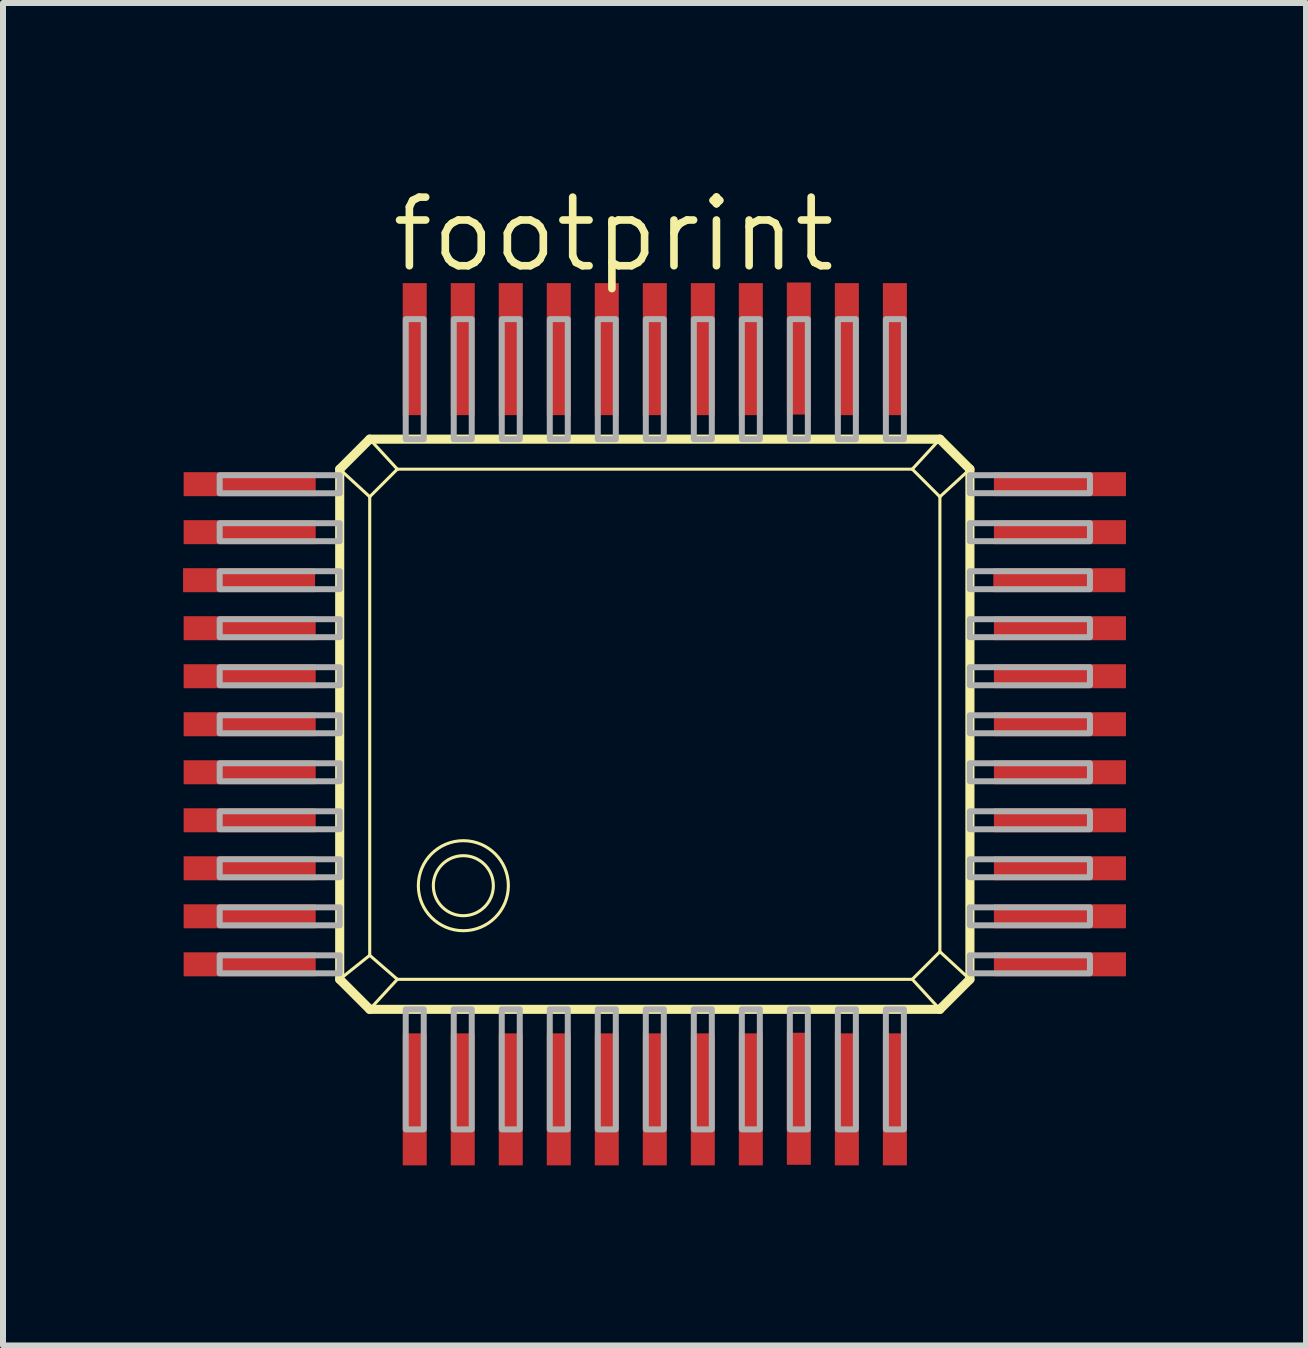
<source format=kicad_pcb>
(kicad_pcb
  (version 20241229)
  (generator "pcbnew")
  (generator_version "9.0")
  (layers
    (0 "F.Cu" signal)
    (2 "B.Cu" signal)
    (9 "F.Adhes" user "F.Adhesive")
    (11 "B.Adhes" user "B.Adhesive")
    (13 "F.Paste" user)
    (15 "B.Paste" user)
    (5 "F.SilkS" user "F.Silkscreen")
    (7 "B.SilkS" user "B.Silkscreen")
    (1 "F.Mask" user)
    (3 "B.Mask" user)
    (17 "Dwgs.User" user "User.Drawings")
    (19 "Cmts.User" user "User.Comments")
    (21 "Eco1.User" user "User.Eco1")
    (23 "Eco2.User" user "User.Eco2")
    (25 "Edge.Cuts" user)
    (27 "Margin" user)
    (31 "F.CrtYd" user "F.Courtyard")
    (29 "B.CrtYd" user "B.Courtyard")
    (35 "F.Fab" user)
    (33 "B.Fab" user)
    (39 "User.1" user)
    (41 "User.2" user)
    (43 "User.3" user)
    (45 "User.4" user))
  (footprint "footprint"
    (layer "F.Cu")
    (at 7.86 9.017)
    (property "Reference" "footprint" (at -4.445 -7.493 0) (layer "F.SilkS") (effects (font (size 1.143 1.143) (thickness 0.127)) (justify left bottom)))
    (fp_line (start -5.25 -4.25) (end -4.75 -4.75) (stroke (width 0.152) (type solid)) (layer "F.SilkS"))
    (fp_line (start -5.25 -4.25) (end -4.75 -3.79) (stroke (width 0.051) (type solid)) (layer "F.SilkS"))
    (fp_line (start -5.25 4.25) (end -5.25 -4.25) (stroke (width 0.152) (type solid)) (layer "F.SilkS"))
    (fp_line (start -4.75 -4.75) (end -4.29 -4.25) (stroke (width 0.051) (type solid)) (layer "F.SilkS"))
    (fp_line (start -4.75 -4.75) (end 4.75 -4.75) (stroke (width 0.152) (type solid)) (layer "F.SilkS"))
    (fp_line (start -4.75 -3.79) (end -4.29 -4.25) (stroke (width 0.051) (type solid)) (layer "F.SilkS"))
    (fp_line (start -4.75 3.85) (end -5.25 4.25) (stroke (width 0.051) (type solid)) (layer "F.SilkS"))
    (fp_line (start -4.75 3.85) (end -4.75 -3.79) (stroke (width 0.051) (type solid)) (layer "F.SilkS"))
    (fp_line (start -4.75 4.75) (end -5.25 4.25) (stroke (width 0.152) (type solid)) (layer "F.SilkS"))
    (fp_line (start -4.75 4.75) (end -4.29 4.25) (stroke (width 0.051) (type solid)) (layer "F.SilkS"))
    (fp_line (start -4.29 -4.25) (end 4.29 -4.25) (stroke (width 0.051) (type solid)) (layer "F.SilkS"))
    (fp_line (start -4.29 4.25) (end -4.75 3.85) (stroke (width 0.051) (type solid)) (layer "F.SilkS"))
    (fp_line (start 4.29 -4.25) (end 4.75 -3.79) (stroke (width 0.051) (type solid)) (layer "F.SilkS"))
    (fp_line (start 4.29 4.25) (end -4.29 4.25) (stroke (width 0.051) (type solid)) (layer "F.SilkS"))
    (fp_line (start 4.75 -4.75) (end 4.29 -4.25) (stroke (width 0.051) (type solid)) (layer "F.SilkS"))
    (fp_line (start 4.75 -4.75) (end 5.25 -4.25) (stroke (width 0.152) (type solid)) (layer "F.SilkS"))
    (fp_line (start 4.75 -3.79) (end 4.75 3.79) (stroke (width 0.051) (type solid)) (layer "F.SilkS"))
    (fp_line (start 4.75 3.79) (end 4.29 4.25) (stroke (width 0.051) (type solid)) (layer "F.SilkS"))
    (fp_line (start 4.75 4.75) (end -4.75 4.75) (stroke (width 0.152) (type solid)) (layer "F.SilkS"))
    (fp_line (start 4.75 4.75) (end 4.29 4.25) (stroke (width 0.051) (type solid)) (layer "F.SilkS"))
    (fp_line (start 5.25 -4.25) (end 4.75 -3.79) (stroke (width 0.051) (type solid)) (layer "F.SilkS"))
    (fp_line (start 5.25 -4.25) (end 5.25 4.25) (stroke (width 0.152) (type solid)) (layer "F.SilkS"))
    (fp_line (start 5.25 4.25) (end 4.75 3.79) (stroke (width 0.051) (type solid)) (layer "F.SilkS"))
    (fp_line (start 5.25 4.25) (end 4.75 4.75) (stroke (width 0.152) (type solid)) (layer "F.SilkS"))
    (fp_circle (center -3.19 2.69) (end -2.69 2.69) (stroke (width 0.051) (type solid)) (fill no) (layer "F.SilkS"))
    (fp_circle (center -3.19 2.69) (end -2.44 2.69) (stroke (width 0.051) (type solid)) (fill no) (layer "F.SilkS"))
    (fp_poly (pts (xy -7.25 -3.849) (xy -5.25 -3.849) (xy -5.25 -4.149) (xy -7.25 -4.149)) (stroke (width 0.1) (type solid)) (fill no) (layer "F.Fab"))
    (fp_poly (pts (xy -7.25 -3.05) (xy -5.25 -3.05) (xy -5.25 -3.35) (xy -7.25 -3.35)) (stroke (width 0.1) (type solid)) (fill no) (layer "F.Fab"))
    (fp_poly (pts (xy -7.25 -2.25) (xy -5.25 -2.25) (xy -5.25 -2.55) (xy -7.25 -2.55)) (stroke (width 0.1) (type solid)) (fill no) (layer "F.Fab"))
    (fp_poly (pts (xy -7.25 -1.45) (xy -5.25 -1.45) (xy -5.25 -1.75) (xy -7.25 -1.75)) (stroke (width 0.1) (type solid)) (fill no) (layer "F.Fab"))
    (fp_poly (pts (xy -7.25 -0.65) (xy -5.25 -0.65) (xy -5.25 -0.95) (xy -7.25 -0.95)) (stroke (width 0.1) (type solid)) (fill no) (layer "F.Fab"))
    (fp_poly (pts (xy -7.25 0.15) (xy -5.25 0.15) (xy -5.25 -0.15) (xy -7.25 -0.15)) (stroke (width 0.1) (type solid)) (fill no) (layer "F.Fab"))
    (fp_poly (pts (xy -7.25 0.95) (xy -5.25 0.95) (xy -5.25 0.65) (xy -7.25 0.65)) (stroke (width 0.1) (type solid)) (fill no) (layer "F.Fab"))
    (fp_poly (pts (xy -7.25 1.75) (xy -5.25 1.75) (xy -5.25 1.45) (xy -7.25 1.45)) (stroke (width 0.1) (type solid)) (fill no) (layer "F.Fab"))
    (fp_poly (pts (xy -7.25 2.55) (xy -5.25 2.55) (xy -5.25 2.25) (xy -7.25 2.25)) (stroke (width 0.1) (type solid)) (fill no) (layer "F.Fab"))
    (fp_poly (pts (xy -7.25 3.35) (xy -5.25 3.35) (xy -5.25 3.05) (xy -7.25 3.05)) (stroke (width 0.1) (type solid)) (fill no) (layer "F.Fab"))
    (fp_poly (pts (xy -7.25 4.15) (xy -5.25 4.15) (xy -5.25 3.85) (xy -7.25 3.85)) (stroke (width 0.1) (type solid)) (fill no) (layer "F.Fab"))
    (fp_poly (pts (xy -4.15 -4.75) (xy -3.85 -4.75) (xy -3.85 -6.75) (xy -4.15 -6.75)) (stroke (width 0.1) (type solid)) (fill no) (layer "F.Fab"))
    (fp_poly (pts (xy -4.15 6.75) (xy -3.85 6.75) (xy -3.85 4.75) (xy -4.15 4.75)) (stroke (width 0.1) (type solid)) (fill no) (layer "F.Fab"))
    (fp_poly (pts (xy -3.35 -4.75) (xy -3.05 -4.75) (xy -3.05 -6.75) (xy -3.35 -6.75)) (stroke (width 0.1) (type solid)) (fill no) (layer "F.Fab"))
    (fp_poly (pts (xy -3.35 6.75) (xy -3.05 6.75) (xy -3.05 4.75) (xy -3.35 4.75)) (stroke (width 0.1) (type solid)) (fill no) (layer "F.Fab"))
    (fp_poly (pts (xy -2.55 -4.75) (xy -2.25 -4.75) (xy -2.25 -6.75) (xy -2.55 -6.75)) (stroke (width 0.1) (type solid)) (fill no) (layer "F.Fab"))
    (fp_poly (pts (xy -2.55 6.75) (xy -2.25 6.75) (xy -2.25 4.75) (xy -2.55 4.75)) (stroke (width 0.1) (type solid)) (fill no) (layer "F.Fab"))
    (fp_poly (pts (xy -1.75 -4.75) (xy -1.45 -4.75) (xy -1.45 -6.75) (xy -1.75 -6.75)) (stroke (width 0.1) (type solid)) (fill no) (layer "F.Fab"))
    (fp_poly (pts (xy -1.75 6.75) (xy -1.45 6.75) (xy -1.45 4.75) (xy -1.75 4.75)) (stroke (width 0.1) (type solid)) (fill no) (layer "F.Fab"))
    (fp_poly (pts (xy -0.95 -4.75) (xy -0.65 -4.75) (xy -0.65 -6.75) (xy -0.95 -6.75)) (stroke (width 0.1) (type solid)) (fill no) (layer "F.Fab"))
    (fp_poly (pts (xy -0.95 6.75) (xy -0.65 6.75) (xy -0.65 4.75) (xy -0.95 4.75)) (stroke (width 0.1) (type solid)) (fill no) (layer "F.Fab"))
    (fp_poly (pts (xy -0.15 -4.75) (xy 0.15 -4.75) (xy 0.15 -6.75) (xy -0.15 -6.75)) (stroke (width 0.1) (type solid)) (fill no) (layer "F.Fab"))
    (fp_poly (pts (xy -0.15 6.75) (xy 0.15 6.75) (xy 0.15 4.75) (xy -0.15 4.75)) (stroke (width 0.1) (type solid)) (fill no) (layer "F.Fab"))
    (fp_poly (pts (xy 0.65 -4.75) (xy 0.95 -4.75) (xy 0.95 -6.75) (xy 0.65 -6.75)) (stroke (width 0.1) (type solid)) (fill no) (layer "F.Fab"))
    (fp_poly (pts (xy 0.65 6.75) (xy 0.95 6.75) (xy 0.95 4.75) (xy 0.65 4.75)) (stroke (width 0.1) (type solid)) (fill no) (layer "F.Fab"))
    (fp_poly (pts (xy 1.45 -4.75) (xy 1.75 -4.75) (xy 1.75 -6.75) (xy 1.45 -6.75)) (stroke (width 0.1) (type solid)) (fill no) (layer "F.Fab"))
    (fp_poly (pts (xy 1.45 6.75) (xy 1.75 6.75) (xy 1.75 4.75) (xy 1.45 4.75)) (stroke (width 0.1) (type solid)) (fill no) (layer "F.Fab"))
    (fp_poly (pts (xy 2.25 -4.75) (xy 2.55 -4.75) (xy 2.55 -6.75) (xy 2.25 -6.75)) (stroke (width 0.1) (type solid)) (fill no) (layer "F.Fab"))
    (fp_poly (pts (xy 2.25 6.75) (xy 2.55 6.75) (xy 2.55 4.75) (xy 2.25 4.75)) (stroke (width 0.1) (type solid)) (fill no) (layer "F.Fab"))
    (fp_poly (pts (xy 3.05 -4.75) (xy 3.35 -4.75) (xy 3.35 -6.75) (xy 3.05 -6.75)) (stroke (width 0.1) (type solid)) (fill no) (layer "F.Fab"))
    (fp_poly (pts (xy 3.05 6.75) (xy 3.35 6.75) (xy 3.35 4.75) (xy 3.05 4.75)) (stroke (width 0.1) (type solid)) (fill no) (layer "F.Fab"))
    (fp_poly (pts (xy 3.85 -4.75) (xy 4.15 -4.75) (xy 4.15 -6.75) (xy 3.85 -6.75)) (stroke (width 0.1) (type solid)) (fill no) (layer "F.Fab"))
    (fp_poly (pts (xy 3.85 6.75) (xy 4.15 6.75) (xy 4.15 4.75) (xy 3.85 4.75)) (stroke (width 0.1) (type solid)) (fill no) (layer "F.Fab"))
    (fp_poly (pts (xy 5.25 -3.85) (xy 7.25 -3.85) (xy 7.25 -4.15) (xy 5.25 -4.15)) (stroke (width 0.1) (type solid)) (fill no) (layer "F.Fab"))
    (fp_poly (pts (xy 5.25 -3.05) (xy 7.25 -3.05) (xy 7.25 -3.35) (xy 5.25 -3.35)) (stroke (width 0.1) (type solid)) (fill no) (layer "F.Fab"))
    (fp_poly (pts (xy 5.25 -2.25) (xy 7.25 -2.25) (xy 7.25 -2.55) (xy 5.25 -2.55)) (stroke (width 0.1) (type solid)) (fill no) (layer "F.Fab"))
    (fp_poly (pts (xy 5.25 -1.45) (xy 7.25 -1.45) (xy 7.25 -1.75) (xy 5.25 -1.75)) (stroke (width 0.1) (type solid)) (fill no) (layer "F.Fab"))
    (fp_poly (pts (xy 5.25 -0.65) (xy 7.25 -0.65) (xy 7.25 -0.95) (xy 5.25 -0.95)) (stroke (width 0.1) (type solid)) (fill no) (layer "F.Fab"))
    (fp_poly (pts (xy 5.25 0.15) (xy 7.25 0.15) (xy 7.25 -0.15) (xy 5.25 -0.15)) (stroke (width 0.1) (type solid)) (fill no) (layer "F.Fab"))
    (fp_poly (pts (xy 5.25 0.95) (xy 7.25 0.95) (xy 7.25 0.65) (xy 5.25 0.65)) (stroke (width 0.1) (type solid)) (fill no) (layer "F.Fab"))
    (fp_poly (pts (xy 5.25 1.75) (xy 7.25 1.75) (xy 7.25 1.45) (xy 5.25 1.45)) (stroke (width 0.1) (type solid)) (fill no) (layer "F.Fab"))
    (fp_poly (pts (xy 5.25 2.55) (xy 7.25 2.55) (xy 7.25 2.25) (xy 5.25 2.25)) (stroke (width 0.1) (type solid)) (fill no) (layer "F.Fab"))
    (fp_poly (pts (xy 5.25 3.35) (xy 7.25 3.35) (xy 7.25 3.05) (xy 5.25 3.05)) (stroke (width 0.1) (type solid)) (fill no) (layer "F.Fab"))
    (fp_poly (pts (xy 5.25 4.15) (xy 7.25 4.15) (xy 7.25 3.85) (xy 5.25 3.85)) (stroke (width 0.1) (type solid)) (fill no) (layer "F.Fab"))
    (pad "1" smd rect (at -4 6.25) (size 0.4 2.2) (layers "F.Cu" "F.Mask" "F.Paste"))
    (pad "2" smd rect (at -3.2 6.25) (size 0.4 2.2) (layers "F.Cu" "F.Mask" "F.Paste"))
    (pad "3" smd rect (at -2.4 6.25) (size 0.4 2.2) (layers "F.Cu" "F.Mask" "F.Paste"))
    (pad "4" smd rect (at -1.6 6.25) (size 0.4 2.2) (layers "F.Cu" "F.Mask" "F.Paste"))
    (pad "5" smd rect (at -0.8 6.25) (size 0.4 2.2) (layers "F.Cu" "F.Mask" "F.Paste"))
    (pad "6" smd rect (at 0 6.25) (size 0.4 2.2) (layers "F.Cu" "F.Mask" "F.Paste"))
    (pad "7" smd rect (at 0.8 6.25) (size 0.4 2.2) (layers "F.Cu" "F.Mask" "F.Paste"))
    (pad "8" smd rect (at 1.6 6.25) (size 0.4 2.2) (layers "F.Cu" "F.Mask" "F.Paste"))
    (pad "9" smd rect (at 2.4 6.24) (size 0.4 2.2) (layers "F.Cu" "F.Mask" "F.Paste"))
    (pad "10" smd rect (at 3.2 6.25) (size 0.4 2.2) (layers "F.Cu" "F.Mask" "F.Paste"))
    (pad "11" smd rect (at 4 6.25) (size 0.4 2.2) (layers "F.Cu" "F.Mask" "F.Paste"))
    (pad "12" smd rect (at 6.75 4) (size 2.2 0.4) (layers "F.Cu" "F.Mask" "F.Paste"))
    (pad "13" smd rect (at 6.75 3.2) (size 2.2 0.4) (layers "F.Cu" "F.Mask" "F.Paste"))
    (pad "14" smd rect (at 6.75 2.4) (size 2.2 0.4) (layers "F.Cu" "F.Mask" "F.Paste"))
    (pad "15" smd rect (at 6.75 1.6) (size 2.2 0.4) (layers "F.Cu" "F.Mask" "F.Paste"))
    (pad "16" smd rect (at 6.75 0.8) (size 2.2 0.4) (layers "F.Cu" "F.Mask" "F.Paste"))
    (pad "17" smd rect (at 6.75 0) (size 2.2 0.4) (layers "F.Cu" "F.Mask" "F.Paste"))
    (pad "18" smd rect (at 6.75 -0.8) (size 2.2 0.4) (layers "F.Cu" "F.Mask" "F.Paste"))
    (pad "19" smd rect (at 6.75 -1.6) (size 2.2 0.4) (layers "F.Cu" "F.Mask" "F.Paste"))
    (pad "20" smd rect (at 6.74 -2.4) (size 2.2 0.4) (layers "F.Cu" "F.Mask" "F.Paste"))
    (pad "21" smd rect (at 6.75 -3.2) (size 2.2 0.4) (layers "F.Cu" "F.Mask" "F.Paste"))
    (pad "22" smd rect (at 6.75 -4) (size 2.2 0.4) (layers "F.Cu" "F.Mask" "F.Paste"))
    (pad "23" smd rect (at 4 -6.25) (size 0.4 2.2) (layers "F.Cu" "F.Mask" "F.Paste"))
    (pad "24" smd rect (at 3.2 -6.25) (size 0.4 2.2) (layers "F.Cu" "F.Mask" "F.Paste"))
    (pad "25" smd rect (at 2.4 -6.26) (size 0.4 2.2) (layers "F.Cu" "F.Mask" "F.Paste"))
    (pad "26" smd rect (at 1.6 -6.25) (size 0.4 2.2) (layers "F.Cu" "F.Mask" "F.Paste"))
    (pad "27" smd rect (at 0.8 -6.25) (size 0.4 2.2) (layers "F.Cu" "F.Mask" "F.Paste"))
    (pad "28" smd rect (at 0 -6.25) (size 0.4 2.2) (layers "F.Cu" "F.Mask" "F.Paste"))
    (pad "29" smd rect (at -0.8 -6.25) (size 0.4 2.2) (layers "F.Cu" "F.Mask" "F.Paste"))
    (pad "30" smd rect (at -1.6 -6.25) (size 0.4 2.2) (layers "F.Cu" "F.Mask" "F.Paste"))
    (pad "31" smd rect (at -2.4 -6.25) (size 0.4 2.2) (layers "F.Cu" "F.Mask" "F.Paste"))
    (pad "32" smd rect (at -3.2 -6.25) (size 0.4 2.2) (layers "F.Cu" "F.Mask" "F.Paste"))
    (pad "33" smd rect (at -4 -6.25) (size 0.4 2.2) (layers "F.Cu" "F.Mask" "F.Paste"))
    (pad "34" smd rect (at -6.75 -4) (size 2.2 0.4) (layers "F.Cu" "F.Mask" "F.Paste"))
    (pad "35" smd rect (at -6.75 -3.2) (size 2.2 0.4) (layers "F.Cu" "F.Mask" "F.Paste"))
    (pad "36" smd rect (at -6.76 -2.4) (size 2.2 0.4) (layers "F.Cu" "F.Mask" "F.Paste"))
    (pad "37" smd rect (at -6.75 -1.6) (size 2.2 0.4) (layers "F.Cu" "F.Mask" "F.Paste"))
    (pad "38" smd rect (at -6.75 -0.8) (size 2.2 0.4) (layers "F.Cu" "F.Mask" "F.Paste"))
    (pad "39" smd rect (at -6.75 0) (size 2.2 0.4) (layers "F.Cu" "F.Mask" "F.Paste"))
    (pad "40" smd rect (at -6.75 0.8) (size 2.2 0.4) (layers "F.Cu" "F.Mask" "F.Paste"))
    (pad "41" smd rect (at -6.75 1.6) (size 2.2 0.4) (layers "F.Cu" "F.Mask" "F.Paste"))
    (pad "42" smd rect (at -6.75 2.4) (size 2.2 0.4) (layers "F.Cu" "F.Mask" "F.Paste"))
    (pad "43" smd rect (at -6.75 3.2) (size 2.2 0.4) (layers "F.Cu" "F.Mask" "F.Paste"))
    (pad "44" smd rect (at -6.75 4) (size 2.2 0.4) (layers "F.Cu" "F.Mask" "F.Paste")))
  (gr_rect
    (start -3 -3)
    (end 18.71 19.367)
    (stroke (width 0.1) (type default))
    (fill no)
    (layer "Edge.Cuts")))
</source>
